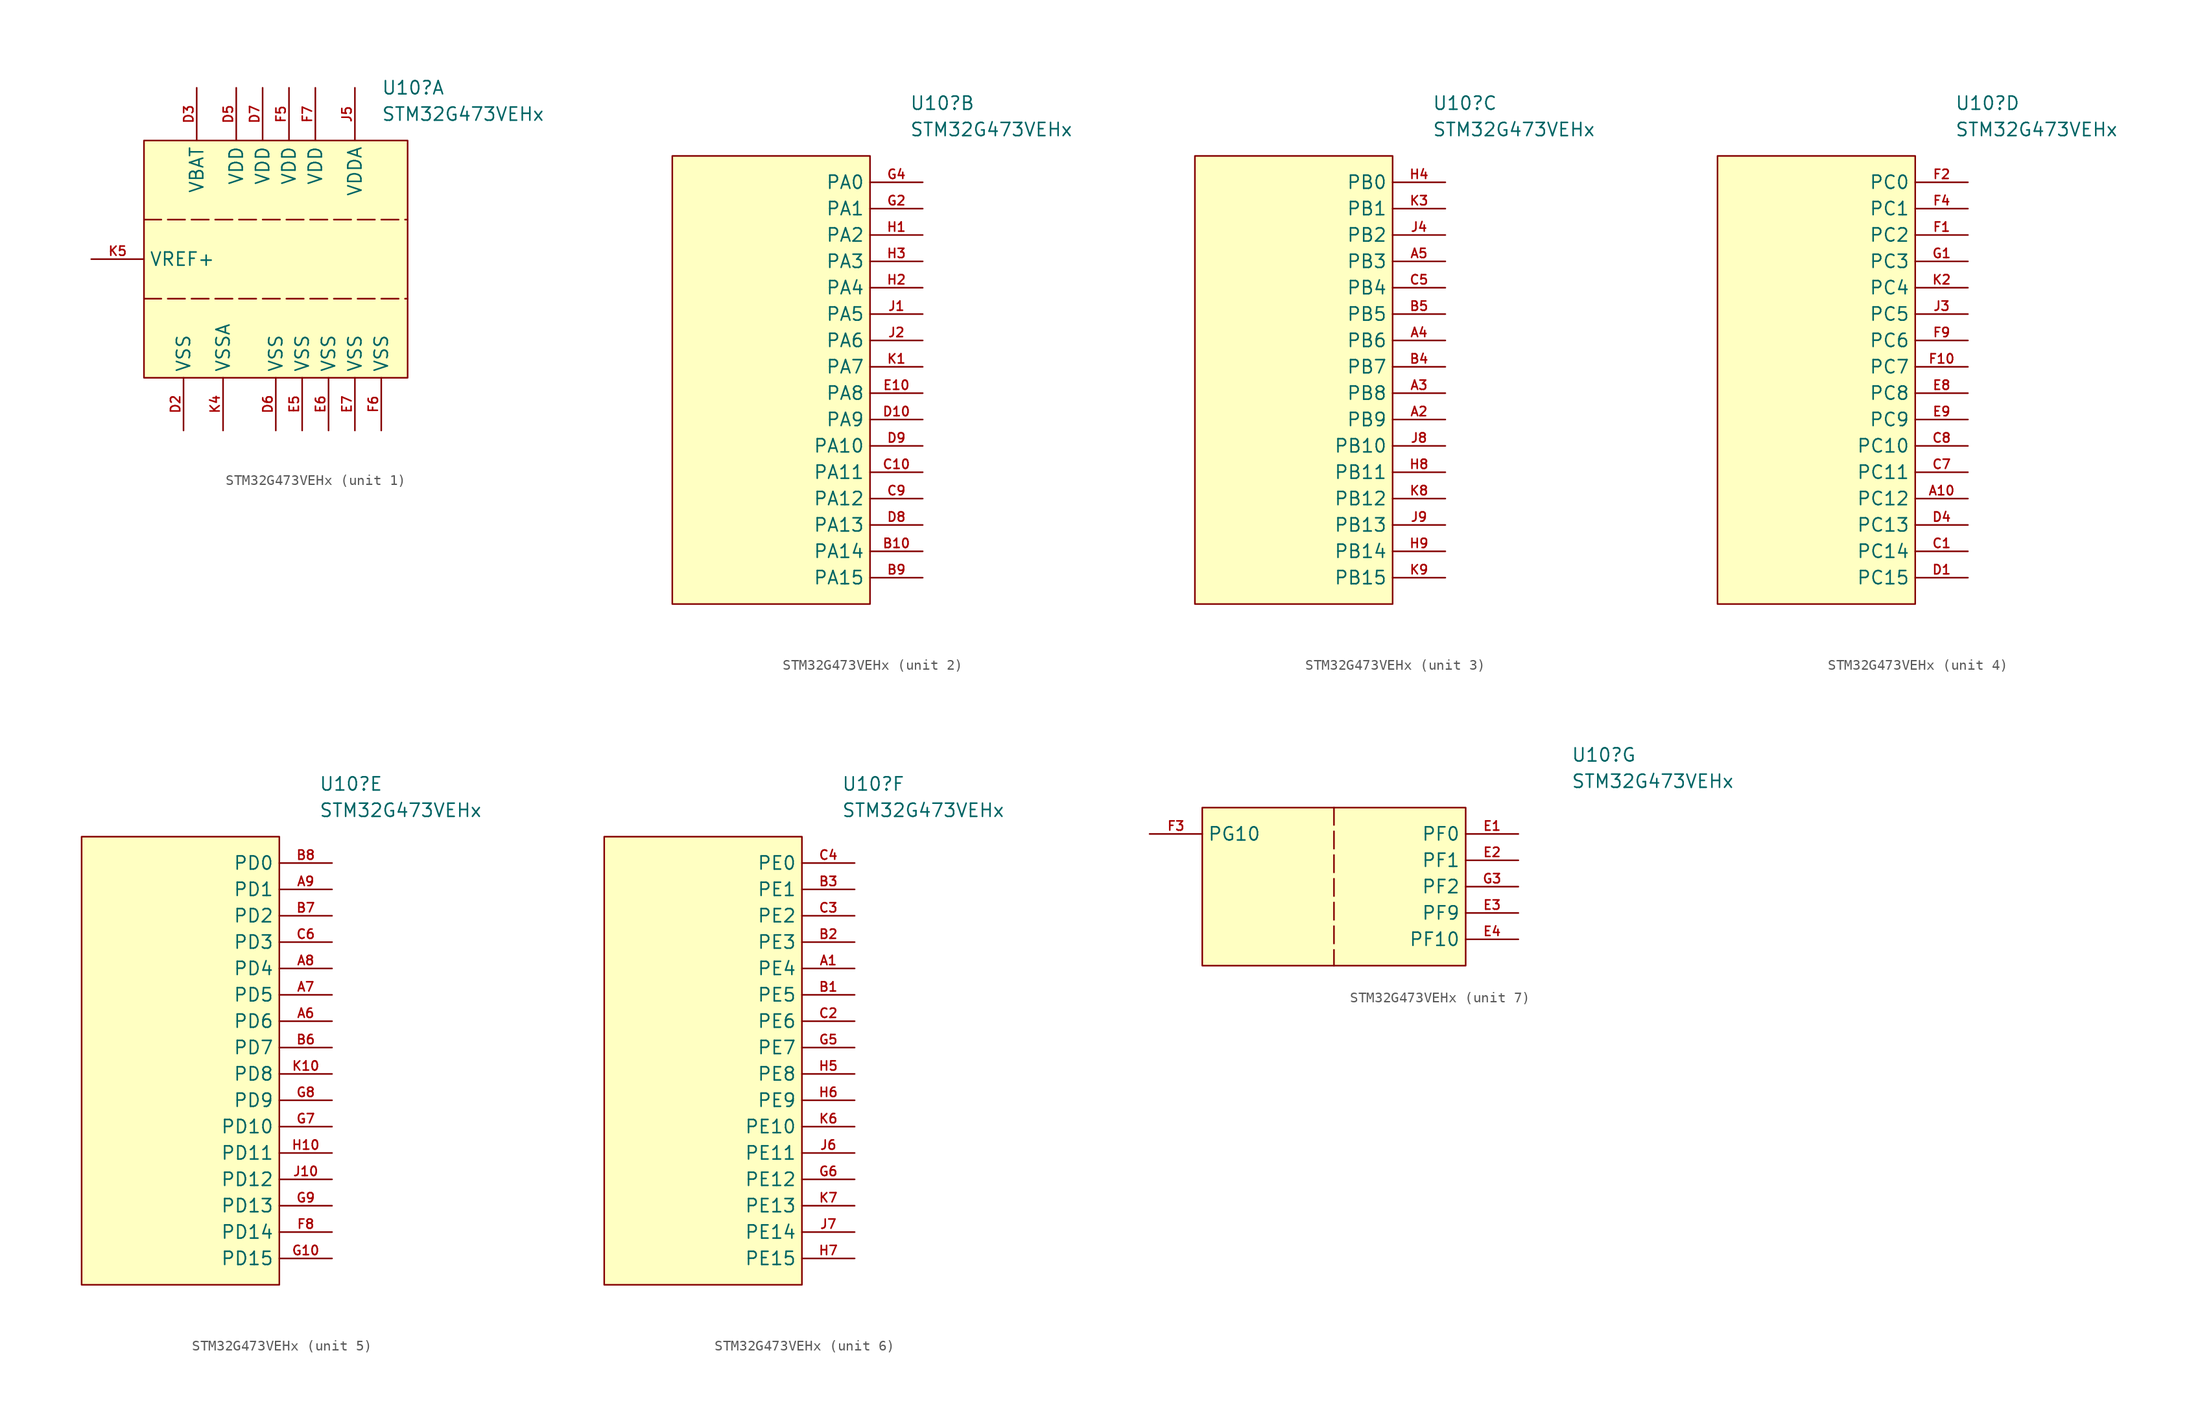
<source format=kicad_sym>
(kicad_symbol_lib
  (version 20241209)
  (generator "kicad_symbol_editor")
  (generator_version "9.0")
  (symbol "STM32G473VEHx"
    (property "Reference" "U10"
      (at 22.86 5.08 0)
      (effects (font (size 1.27 1.27)) (justify left)))
    (property "Value" "STM32G473VEHx"
      (at 22.86 2.54 0)
      (effects (font (size 1.27 1.27)) (justify left)))
    (property "ki_locked" ""
      (at 0 0 0)
      (effects (font (size 1.27 1.27))))
    (symbol "STM32G473VEHx_1_1"
      (rectangle (start 0 0) (end 25.4 -22.86) (stroke (width 0) (type solid)) (fill (type background)))
      (polyline (pts (xy 0 -7.62) (xy 25.4 -7.62)) (stroke (width 0) (type dash)) (fill (type none)))
      (polyline (pts (xy 0 -15.24) (xy 25.4 -15.24)) (stroke (width 0) (type dash)) (fill (type none)))
      (pin input line (at -5.08 -11.43 0) (length 5.08) (name "VREF+" (effects (font (size 1.27 1.27)))) (number "K5" (effects (font (size 0.889 0.889)))) (alternate "VREFBUF_OUT" bidirectional line))
      (pin power_in line (at 3.81 -27.94 90) (length 5.08) (name "VSS" (effects (font (size 1.27 1.27)))) (number "D2" (effects (font (size 0.889 0.889)))))
      (pin power_in line (at 5.08 5.08 270) (length 5.08) (name "VBAT" (effects (font (size 1.27 1.27)))) (number "D3" (effects (font (size 0.889 0.889)))))
      (pin power_in line (at 7.62 -27.94 90) (length 5.08) (name "VSSA" (effects (font (size 1.27 1.27)))) (number "K4" (effects (font (size 0.889 0.889)))))
      (pin power_in line (at 8.89 5.08 270) (length 5.08) (name "VDD" (effects (font (size 1.27 1.27)))) (number "D5" (effects (font (size 0.889 0.889)))))
      (pin power_in line (at 11.43 5.08 270) (length 5.08) (name "VDD" (effects (font (size 1.27 1.27)))) (number "D7" (effects (font (size 0.889 0.889)))))
      (pin power_in line (at 12.7 -27.94 90) (length 5.08) (name "VSS" (effects (font (size 1.27 1.27)))) (number "D6" (effects (font (size 0.889 0.889)))))
      (pin power_in line (at 13.97 5.08 270) (length 5.08) (name "VDD" (effects (font (size 1.27 1.27)))) (number "F5" (effects (font (size 0.889 0.889)))))
      (pin power_in line (at 15.24 -27.94 90) (length 5.08) (name "VSS" (effects (font (size 1.27 1.27)))) (number "E5" (effects (font (size 0.889 0.889)))))
      (pin power_in line (at 16.51 5.08 270) (length 5.08) (name "VDD" (effects (font (size 1.27 1.27)))) (number "F7" (effects (font (size 0.889 0.889)))))
      (pin power_in line (at 17.78 -27.94 90) (length 5.08) (name "VSS" (effects (font (size 1.27 1.27)))) (number "E6" (effects (font (size 0.889 0.889)))))
      (pin power_in line (at 20.32 5.08 270) (length 5.08) (name "VDDA" (effects (font (size 1.27 1.27)))) (number "J5" (effects (font (size 0.889 0.889)))))
      (pin power_in line (at 20.32 -27.94 90) (length 5.08) (name "VSS" (effects (font (size 1.27 1.27)))) (number "E7" (effects (font (size 0.889 0.889)))))
      (pin power_in line (at 22.86 -27.94 90) (length 5.08) (name "VSS" (effects (font (size 1.27 1.27)))) (number "F6" (effects (font (size 0.889 0.889))))))
    (symbol "STM32G473VEHx_2_1"
      (rectangle (start 0 0) (end 19.05 -43.18) (stroke (width 0) (type solid)) (fill (type background)))
      (pin bidirectional line (at 24.13 -2.54 180) (length 5.08) (name "PA0" (effects (font (size 1.27 1.27)))) (number "G4" (effects (font (size 0.889 0.889)))) (alternate "ADC1_IN1" bidirectional line) (alternate "ADC2_IN1" bidirectional line) (alternate "COMP1_INM" bidirectional line) (alternate "COMP1_OUT" bidirectional line) (alternate "COMP3_INP" bidirectional line) (alternate "RTC_TAMP2" bidirectional line) (alternate "SYS_WKUP1" bidirectional line) (alternate "TIM2_CH1" bidirectional line) (alternate "TIM2_ETR" bidirectional line) (alternate "TIM5_CH1" bidirectional line) (alternate "TIM8_BKIN" bidirectional line) (alternate "TIM8_ETR" bidirectional line) (alternate "USART2_CTS" bidirectional line) (alternate "USART2_NSS" bidirectional line))
      (pin bidirectional line (at 24.13 -5.08 180) (length 5.08) (name "PA1" (effects (font (size 1.27 1.27)))) (number "G2" (effects (font (size 0.889 0.889)))) (alternate "ADC1_IN2" bidirectional line) (alternate "ADC2_IN2" bidirectional line) (alternate "COMP1_INP" bidirectional line) (alternate "OPAMP1_VINP" bidirectional line) (alternate "OPAMP1_VINP_SEC" bidirectional line) (alternate "OPAMP3_VINP" bidirectional line) (alternate "OPAMP3_VINP_SEC" bidirectional line) (alternate "OPAMP6_VINM" bidirectional line) (alternate "OPAMP6_VINM0" bidirectional line) (alternate "OPAMP6_VINM_SEC" bidirectional line) (alternate "RTC_REFIN" bidirectional line) (alternate "TIM15_CH1N" bidirectional line) (alternate "TIM2_CH2" bidirectional line) (alternate "TIM5_CH2" bidirectional line) (alternate "USART2_DE" bidirectional line) (alternate "USART2_RTS" bidirectional line))
      (pin bidirectional line (at 24.13 -7.62 180) (length 5.08) (name "PA2" (effects (font (size 1.27 1.27)))) (number "H1" (effects (font (size 0.889 0.889)))) (alternate "ADC1_IN3" bidirectional line) (alternate "ADC3_EXTI2" bidirectional line) (alternate "ADC4_EXTI2" bidirectional line) (alternate "ADC5_EXTI2" bidirectional line) (alternate "COMP2_INM" bidirectional line) (alternate "COMP2_OUT" bidirectional line) (alternate "LPUART1_TX" bidirectional line) (alternate "OPAMP1_VOUT" bidirectional line) (alternate "QUADSPI1_BK1_NCS" bidirectional line) (alternate "RCC_LSCO" bidirectional line) (alternate "SYS_WKUP4" bidirectional line) (alternate "TIM15_CH1" bidirectional line) (alternate "TIM2_CH3" bidirectional line) (alternate "TIM5_CH3" bidirectional line) (alternate "UCPD1_FRSTX1" bidirectional line) (alternate "UCPD1_FRSTX2" bidirectional line) (alternate "USART2_TX" bidirectional line))
      (pin bidirectional line (at 24.13 -10.16 180) (length 5.08) (name "PA3" (effects (font (size 1.27 1.27)))) (number "H3" (effects (font (size 0.889 0.889)))) (alternate "ADC1_IN4" bidirectional line) (alternate "ADC3_EXTI3" bidirectional line) (alternate "ADC4_EXTI3" bidirectional line) (alternate "ADC5_EXTI3" bidirectional line) (alternate "COMP2_INP" bidirectional line) (alternate "LPUART1_RX" bidirectional line) (alternate "OPAMP1_VINM" bidirectional line) (alternate "OPAMP1_VINM0" bidirectional line) (alternate "OPAMP1_VINM_SEC" bidirectional line) (alternate "OPAMP1_VINP" bidirectional line) (alternate "OPAMP1_VINP_SEC" bidirectional line) (alternate "OPAMP5_VINM" bidirectional line) (alternate "OPAMP5_VINM1" bidirectional line) (alternate "OPAMP5_VINM_SEC" bidirectional line) (alternate "QUADSPI1_CLK" bidirectional line) (alternate "SAI1_CK1" bidirectional line) (alternate "SAI1_MCLK_A" bidirectional line) (alternate "TIM15_CH2" bidirectional line) (alternate "TIM2_CH4" bidirectional line) (alternate "TIM5_CH4" bidirectional line) (alternate "USART2_RX" bidirectional line))
      (pin bidirectional line (at 24.13 -12.7 180) (length 5.08) (name "PA4" (effects (font (size 1.27 1.27)))) (number "H2" (effects (font (size 0.889 0.889)))) (alternate "ADC2_IN17" bidirectional line) (alternate "COMP1_INM" bidirectional line) (alternate "DAC1_OUT1" bidirectional line) (alternate "I2S3_WS" bidirectional line) (alternate "SAI1_FS_B" bidirectional line) (alternate "SPI1_NSS" bidirectional line) (alternate "SPI3_NSS" bidirectional line) (alternate "TIM3_CH2" bidirectional line) (alternate "USART2_CK" bidirectional line))
      (pin bidirectional line (at 24.13 -15.24 180) (length 5.08) (name "PA5" (effects (font (size 1.27 1.27)))) (number "J1" (effects (font (size 0.889 0.889)))) (alternate "ADC2_IN13" bidirectional line) (alternate "COMP2_INM" bidirectional line) (alternate "DAC1_OUT2" bidirectional line) (alternate "OPAMP2_VINM" bidirectional line) (alternate "OPAMP2_VINM0" bidirectional line) (alternate "OPAMP2_VINM_SEC" bidirectional line) (alternate "SPI1_SCK" bidirectional line) (alternate "TIM2_CH1" bidirectional line) (alternate "TIM2_ETR" bidirectional line) (alternate "UCPD1_FRSTX1" bidirectional line) (alternate "UCPD1_FRSTX2" bidirectional line))
      (pin bidirectional line (at 24.13 -17.78 180) (length 5.08) (name "PA6" (effects (font (size 1.27 1.27)))) (number "J2" (effects (font (size 0.889 0.889)))) (alternate "ADC2_IN3" bidirectional line) (alternate "COMP1_OUT" bidirectional line) (alternate "DAC2_OUT1" bidirectional line) (alternate "LPUART1_CTS" bidirectional line) (alternate "OPAMP2_VOUT" bidirectional line) (alternate "QUADSPI1_BK1_IO3" bidirectional line) (alternate "SPI1_MISO" bidirectional line) (alternate "TIM16_CH1" bidirectional line) (alternate "TIM1_BKIN" bidirectional line) (alternate "TIM3_CH1" bidirectional line) (alternate "TIM8_BKIN" bidirectional line))
      (pin bidirectional line (at 24.13 -20.32 180) (length 5.08) (name "PA7" (effects (font (size 1.27 1.27)))) (number "K1" (effects (font (size 0.889 0.889)))) (alternate "ADC2_IN4" bidirectional line) (alternate "COMP2_INP" bidirectional line) (alternate "COMP2_OUT" bidirectional line) (alternate "OPAMP1_VINP" bidirectional line) (alternate "OPAMP1_VINP_SEC" bidirectional line) (alternate "OPAMP2_VINP" bidirectional line) (alternate "OPAMP2_VINP_SEC" bidirectional line) (alternate "QUADSPI1_BK1_IO2" bidirectional line) (alternate "SPI1_MOSI" bidirectional line) (alternate "TIM17_CH1" bidirectional line) (alternate "TIM1_CH1N" bidirectional line) (alternate "TIM3_CH2" bidirectional line) (alternate "TIM8_CH1N" bidirectional line) (alternate "UCPD1_FRSTX1" bidirectional line) (alternate "UCPD1_FRSTX2" bidirectional line))
      (pin bidirectional line (at 24.13 -22.86 180) (length 5.08) (name "PA8" (effects (font (size 1.27 1.27)))) (number "E10" (effects (font (size 0.889 0.889)))) (alternate "ADC5_IN1" bidirectional line) (alternate "COMP7_OUT" bidirectional line) (alternate "FDCAN3_RX" bidirectional line) (alternate "I2C2_SMBA" bidirectional line) (alternate "I2C3_SCL" bidirectional line) (alternate "I2S2_MCK" bidirectional line) (alternate "OPAMP5_VOUT" bidirectional line) (alternate "RCC_MCO" bidirectional line) (alternate "SAI1_CK2" bidirectional line) (alternate "SAI1_SCK_A" bidirectional line) (alternate "TIM1_CH1" bidirectional line) (alternate "TIM4_ETR" bidirectional line) (alternate "USART1_CK" bidirectional line))
      (pin bidirectional line (at 24.13 -25.4 180) (length 5.08) (name "PA9" (effects (font (size 1.27 1.27)))) (number "D10" (effects (font (size 0.889 0.889)))) (alternate "ADC5_IN2" bidirectional line) (alternate "COMP5_OUT" bidirectional line) (alternate "DAC1_EXTI9" bidirectional line) (alternate "DAC2_EXTI9" bidirectional line) (alternate "DAC3_EXTI9" bidirectional line) (alternate "DAC4_EXTI9" bidirectional line) (alternate "I2C2_SCL" bidirectional line) (alternate "I2C3_SMBA" bidirectional line) (alternate "I2S3_MCK" bidirectional line) (alternate "SAI1_FS_A" bidirectional line) (alternate "TIM15_BKIN" bidirectional line) (alternate "TIM1_CH2" bidirectional line) (alternate "TIM2_CH3" bidirectional line) (alternate "UCPD1_DBCC1" bidirectional line) (alternate "USART1_TX" bidirectional line))
      (pin bidirectional line (at 24.13 -27.94 180) (length 5.08) (name "PA10" (effects (font (size 1.27 1.27)))) (number "D9" (effects (font (size 0.889 0.889)))) (alternate "COMP6_OUT" bidirectional line) (alternate "CRS_SYNC" bidirectional line) (alternate "DAC1_EXTI10" bidirectional line) (alternate "DAC2_EXTI10" bidirectional line) (alternate "DAC3_EXTI10" bidirectional line) (alternate "DAC4_EXTI10" bidirectional line) (alternate "I2C2_SDA" bidirectional line) (alternate "SAI1_D1" bidirectional line) (alternate "SAI1_SD_A" bidirectional line) (alternate "SPI2_MISO" bidirectional line) (alternate "TIM17_BKIN" bidirectional line) (alternate "TIM1_CH3" bidirectional line) (alternate "TIM2_CH4" bidirectional line) (alternate "TIM8_BKIN" bidirectional line) (alternate "UCPD1_DBCC2" bidirectional line) (alternate "USART1_RX" bidirectional line))
      (pin bidirectional line (at 24.13 -30.48 180) (length 5.08) (name "PA11" (effects (font (size 1.27 1.27)))) (number "C10" (effects (font (size 0.889 0.889)))) (alternate "ADC1_EXTI11" bidirectional line) (alternate "ADC2_EXTI11" bidirectional line) (alternate "COMP1_OUT" bidirectional line) (alternate "FDCAN1_RX" bidirectional line) (alternate "I2S2_SD" bidirectional line) (alternate "SPI2_MOSI" bidirectional line) (alternate "TIM1_BKIN2" bidirectional line) (alternate "TIM1_CH1N" bidirectional line) (alternate "TIM1_CH4" bidirectional line) (alternate "TIM4_CH1" bidirectional line) (alternate "USART1_CTS" bidirectional line) (alternate "USART1_NSS" bidirectional line) (alternate "USB_DM" bidirectional line))
      (pin bidirectional line (at 24.13 -33.02 180) (length 5.08) (name "PA12" (effects (font (size 1.27 1.27)))) (number "C9" (effects (font (size 0.889 0.889)))) (alternate "COMP2_OUT" bidirectional line) (alternate "FDCAN1_TX" bidirectional line) (alternate "I2S_CKIN" bidirectional line) (alternate "TIM16_CH1" bidirectional line) (alternate "TIM1_CH2N" bidirectional line) (alternate "TIM1_ETR" bidirectional line) (alternate "TIM4_CH2" bidirectional line) (alternate "USART1_DE" bidirectional line) (alternate "USART1_RTS" bidirectional line) (alternate "USB_DP" bidirectional line))
      (pin bidirectional line (at 24.13 -35.56 180) (length 5.08) (name "PA13" (effects (font (size 1.27 1.27)))) (number "D8" (effects (font (size 0.889 0.889)))) (alternate "I2C1_SCL" bidirectional line) (alternate "I2C4_SCL" bidirectional line) (alternate "IR_OUT" bidirectional line) (alternate "SAI1_SD_B" bidirectional line) (alternate "SYS_JTMS-SWDIO" bidirectional line) (alternate "TIM16_CH1N" bidirectional line) (alternate "TIM4_CH3" bidirectional line) (alternate "USART3_CTS" bidirectional line) (alternate "USART3_NSS" bidirectional line))
      (pin bidirectional line (at 24.13 -38.1 180) (length 5.08) (name "PA14" (effects (font (size 1.27 1.27)))) (number "B10" (effects (font (size 0.889 0.889)))) (alternate "I2C1_SDA" bidirectional line) (alternate "I2C4_SMBA" bidirectional line) (alternate "LPTIM1_OUT" bidirectional line) (alternate "SAI1_FS_B" bidirectional line) (alternate "SYS_JTCK-SWCLK" bidirectional line) (alternate "TIM1_BKIN" bidirectional line) (alternate "TIM8_CH2" bidirectional line) (alternate "USART2_TX" bidirectional line))
      (pin bidirectional line (at 24.13 -40.64 180) (length 5.08) (name "PA15" (effects (font (size 1.27 1.27)))) (number "B9" (effects (font (size 0.889 0.889)))) (alternate "ADC1_EXTI15" bidirectional line) (alternate "ADC2_EXTI15" bidirectional line) (alternate "FDCAN3_TX" bidirectional line) (alternate "I2C1_SCL" bidirectional line) (alternate "I2S3_WS" bidirectional line) (alternate "SPI1_NSS" bidirectional line) (alternate "SPI3_NSS" bidirectional line) (alternate "SYS_JTDI" bidirectional line) (alternate "TIM1_BKIN" bidirectional line) (alternate "TIM2_CH1" bidirectional line) (alternate "TIM2_ETR" bidirectional line) (alternate "TIM8_CH1" bidirectional line) (alternate "UART4_DE" bidirectional line) (alternate "UART4_RTS" bidirectional line) (alternate "USART2_RX" bidirectional line)))
    (symbol "STM32G473VEHx_3_1"
      (rectangle (start 0 0) (end 19.05 -43.18) (stroke (width 0) (type solid)) (fill (type background)))
      (pin bidirectional line (at 24.13 -2.54 180) (length 5.08) (name "PB0" (effects (font (size 1.27 1.27)))) (number "H4" (effects (font (size 0.889 0.889)))) (alternate "ADC1_IN15" bidirectional line) (alternate "ADC3_IN12" bidirectional line) (alternate "COMP4_INP" bidirectional line) (alternate "OPAMP2_VINP" bidirectional line) (alternate "OPAMP2_VINP_SEC" bidirectional line) (alternate "OPAMP3_VINP" bidirectional line) (alternate "OPAMP3_VINP_SEC" bidirectional line) (alternate "QUADSPI1_BK1_IO1" bidirectional line) (alternate "TIM1_CH2N" bidirectional line) (alternate "TIM3_CH3" bidirectional line) (alternate "TIM8_CH2N" bidirectional line) (alternate "UCPD1_FRSTX1" bidirectional line) (alternate "UCPD1_FRSTX2" bidirectional line))
      (pin bidirectional line (at 24.13 -5.08 180) (length 5.08) (name "PB1" (effects (font (size 1.27 1.27)))) (number "K3" (effects (font (size 0.889 0.889)))) (alternate "ADC1_IN12" bidirectional line) (alternate "ADC3_IN1" bidirectional line) (alternate "COMP1_INP" bidirectional line) (alternate "COMP4_OUT" bidirectional line) (alternate "LPUART1_DE" bidirectional line) (alternate "LPUART1_RTS" bidirectional line) (alternate "OPAMP3_VOUT" bidirectional line) (alternate "OPAMP6_VINM" bidirectional line) (alternate "OPAMP6_VINM1" bidirectional line) (alternate "OPAMP6_VINM_SEC" bidirectional line) (alternate "QUADSPI1_BK1_IO0" bidirectional line) (alternate "TIM1_CH3N" bidirectional line) (alternate "TIM3_CH4" bidirectional line) (alternate "TIM8_CH3N" bidirectional line))
      (pin bidirectional line (at 24.13 -7.62 180) (length 5.08) (name "PB2" (effects (font (size 1.27 1.27)))) (number "J4" (effects (font (size 0.889 0.889)))) (alternate "ADC2_IN12" bidirectional line) (alternate "ADC3_EXTI2" bidirectional line) (alternate "ADC4_EXTI2" bidirectional line) (alternate "ADC5_EXTI2" bidirectional line) (alternate "COMP4_INM" bidirectional line) (alternate "I2C3_SMBA" bidirectional line) (alternate "LPTIM1_OUT" bidirectional line) (alternate "OPAMP3_VINM" bidirectional line) (alternate "OPAMP3_VINM0" bidirectional line) (alternate "OPAMP3_VINM_SEC" bidirectional line) (alternate "QUADSPI1_BK2_IO1" bidirectional line) (alternate "RTC_OUT2" bidirectional line) (alternate "TIM20_CH1" bidirectional line) (alternate "TIM5_CH1" bidirectional line))
      (pin bidirectional line (at 24.13 -10.16 180) (length 5.08) (name "PB3" (effects (font (size 1.27 1.27)))) (number "A5" (effects (font (size 0.889 0.889)))) (alternate "ADC3_EXTI3" bidirectional line) (alternate "ADC4_EXTI3" bidirectional line) (alternate "ADC5_EXTI3" bidirectional line) (alternate "CRS_SYNC" bidirectional line) (alternate "FDCAN3_RX" bidirectional line) (alternate "I2S3_CK" bidirectional line) (alternate "SAI1_SCK_B" bidirectional line) (alternate "SPI1_SCK" bidirectional line) (alternate "SPI3_SCK" bidirectional line) (alternate "SYS_JTDO-SWO" bidirectional line) (alternate "TIM2_CH2" bidirectional line) (alternate "TIM3_ETR" bidirectional line) (alternate "TIM4_ETR" bidirectional line) (alternate "TIM8_CH1N" bidirectional line) (alternate "USART2_TX" bidirectional line))
      (pin bidirectional line (at 24.13 -12.7 180) (length 5.08) (name "PB4" (effects (font (size 1.27 1.27)))) (number "C5" (effects (font (size 0.889 0.889)))) (alternate "FDCAN3_TX" bidirectional line) (alternate "SAI1_MCLK_B" bidirectional line) (alternate "SPI1_MISO" bidirectional line) (alternate "SPI3_MISO" bidirectional line) (alternate "SYS_JTRST" bidirectional line) (alternate "TIM16_CH1" bidirectional line) (alternate "TIM17_BKIN" bidirectional line) (alternate "TIM3_CH1" bidirectional line) (alternate "TIM8_CH2N" bidirectional line) (alternate "UART5_DE" bidirectional line) (alternate "UART5_RTS" bidirectional line) (alternate "UCPD1_CC2" bidirectional line) (alternate "USART2_RX" bidirectional line))
      (pin bidirectional line (at 24.13 -15.24 180) (length 5.08) (name "PB5" (effects (font (size 1.27 1.27)))) (number "B5" (effects (font (size 0.889 0.889)))) (alternate "FDCAN2_RX" bidirectional line) (alternate "I2C1_SMBA" bidirectional line) (alternate "I2C3_SDA" bidirectional line) (alternate "I2S3_SD" bidirectional line) (alternate "LPTIM1_IN1" bidirectional line) (alternate "SAI1_SD_B" bidirectional line) (alternate "SPI1_MOSI" bidirectional line) (alternate "SPI3_MOSI" bidirectional line) (alternate "TIM16_BKIN" bidirectional line) (alternate "TIM17_CH1" bidirectional line) (alternate "TIM3_CH2" bidirectional line) (alternate "TIM8_CH3N" bidirectional line) (alternate "UART5_CTS" bidirectional line) (alternate "USART2_CK" bidirectional line))
      (pin bidirectional line (at 24.13 -17.78 180) (length 5.08) (name "PB6" (effects (font (size 1.27 1.27)))) (number "A4" (effects (font (size 0.889 0.889)))) (alternate "COMP4_OUT" bidirectional line) (alternate "FDCAN2_TX" bidirectional line) (alternate "LPTIM1_ETR" bidirectional line) (alternate "SAI1_FS_B" bidirectional line) (alternate "TIM16_CH1N" bidirectional line) (alternate "TIM4_CH1" bidirectional line) (alternate "TIM8_BKIN2" bidirectional line) (alternate "TIM8_CH1" bidirectional line) (alternate "TIM8_ETR" bidirectional line) (alternate "UCPD1_CC1" bidirectional line) (alternate "USART1_TX" bidirectional line))
      (pin bidirectional line (at 24.13 -20.32 180) (length 5.08) (name "PB7" (effects (font (size 1.27 1.27)))) (number "B4" (effects (font (size 0.889 0.889)))) (alternate "COMP3_OUT" bidirectional line) (alternate "FMC_NL" bidirectional line) (alternate "I2C1_SDA" bidirectional line) (alternate "I2C4_SDA" bidirectional line) (alternate "LPTIM1_IN2" bidirectional line) (alternate "SYS_PVD_IN" bidirectional line) (alternate "TIM17_CH1N" bidirectional line) (alternate "TIM3_CH4" bidirectional line) (alternate "TIM4_CH2" bidirectional line) (alternate "TIM8_BKIN" bidirectional line) (alternate "UART4_CTS" bidirectional line) (alternate "USART1_RX" bidirectional line))
      (pin bidirectional line (at 24.13 -22.86 180) (length 5.08) (name "PB8" (effects (font (size 1.27 1.27)))) (number "A3" (effects (font (size 0.889 0.889)))) (alternate "COMP1_OUT" bidirectional line) (alternate "FDCAN1_RX" bidirectional line) (alternate "I2C1_SCL" bidirectional line) (alternate "SAI1_CK1" bidirectional line) (alternate "SAI1_MCLK_A" bidirectional line) (alternate "TIM16_CH1" bidirectional line) (alternate "TIM1_BKIN" bidirectional line) (alternate "TIM4_CH3" bidirectional line) (alternate "TIM8_CH2" bidirectional line) (alternate "USART3_RX" bidirectional line))
      (pin bidirectional line (at 24.13 -25.4 180) (length 5.08) (name "PB9" (effects (font (size 1.27 1.27)))) (number "A2" (effects (font (size 0.889 0.889)))) (alternate "COMP2_OUT" bidirectional line) (alternate "DAC1_EXTI9" bidirectional line) (alternate "DAC2_EXTI9" bidirectional line) (alternate "DAC3_EXTI9" bidirectional line) (alternate "DAC4_EXTI9" bidirectional line) (alternate "FDCAN1_TX" bidirectional line) (alternate "I2C1_SDA" bidirectional line) (alternate "IR_OUT" bidirectional line) (alternate "SAI1_D2" bidirectional line) (alternate "SAI1_FS_A" bidirectional line) (alternate "TIM17_CH1" bidirectional line) (alternate "TIM1_CH3N" bidirectional line) (alternate "TIM4_CH4" bidirectional line) (alternate "TIM8_CH3" bidirectional line) (alternate "USART3_TX" bidirectional line))
      (pin bidirectional line (at 24.13 -27.94 180) (length 5.08) (name "PB10" (effects (font (size 1.27 1.27)))) (number "J8" (effects (font (size 0.889 0.889)))) (alternate "COMP5_INM" bidirectional line) (alternate "DAC1_EXTI10" bidirectional line) (alternate "DAC2_EXTI10" bidirectional line) (alternate "DAC3_EXTI10" bidirectional line) (alternate "DAC4_EXTI10" bidirectional line) (alternate "LPUART1_RX" bidirectional line) (alternate "OPAMP3_VINM" bidirectional line) (alternate "OPAMP3_VINM1" bidirectional line) (alternate "OPAMP3_VINM_SEC" bidirectional line) (alternate "OPAMP4_VINM" bidirectional line) (alternate "OPAMP4_VINM0" bidirectional line) (alternate "OPAMP4_VINM_SEC" bidirectional line) (alternate "QUADSPI1_CLK" bidirectional line) (alternate "SAI1_SCK_A" bidirectional line) (alternate "TIM1_BKIN" bidirectional line) (alternate "TIM2_CH3" bidirectional line) (alternate "USART3_TX" bidirectional line))
      (pin bidirectional line (at 24.13 -30.48 180) (length 5.08) (name "PB11" (effects (font (size 1.27 1.27)))) (number "H8" (effects (font (size 0.889 0.889)))) (alternate "ADC1_EXTI11" bidirectional line) (alternate "ADC1_IN14" bidirectional line) (alternate "ADC2_EXTI11" bidirectional line) (alternate "ADC2_IN14" bidirectional line) (alternate "COMP6_INP" bidirectional line) (alternate "LPUART1_TX" bidirectional line) (alternate "OPAMP4_VINP" bidirectional line) (alternate "OPAMP4_VINP_SEC" bidirectional line) (alternate "OPAMP6_VOUT" bidirectional line) (alternate "QUADSPI1_BK1_NCS" bidirectional line) (alternate "TIM2_CH4" bidirectional line) (alternate "USART3_RX" bidirectional line))
      (pin bidirectional line (at 24.13 -33.02 180) (length 5.08) (name "PB12" (effects (font (size 1.27 1.27)))) (number "K8" (effects (font (size 0.889 0.889)))) (alternate "ADC1_IN11" bidirectional line) (alternate "ADC4_IN3" bidirectional line) (alternate "COMP7_INM" bidirectional line) (alternate "FDCAN2_RX" bidirectional line) (alternate "I2C2_SMBA" bidirectional line) (alternate "I2S2_WS" bidirectional line) (alternate "LPUART1_DE" bidirectional line) (alternate "LPUART1_RTS" bidirectional line) (alternate "OPAMP4_VOUT" bidirectional line) (alternate "OPAMP6_VINP" bidirectional line) (alternate "OPAMP6_VINP_SEC" bidirectional line) (alternate "SPI2_NSS" bidirectional line) (alternate "TIM1_BKIN" bidirectional line) (alternate "TIM5_ETR" bidirectional line) (alternate "USART3_CK" bidirectional line))
      (pin bidirectional line (at 24.13 -35.56 180) (length 5.08) (name "PB13" (effects (font (size 1.27 1.27)))) (number "J9" (effects (font (size 0.889 0.889)))) (alternate "ADC3_IN5" bidirectional line) (alternate "COMP5_INP" bidirectional line) (alternate "FDCAN2_TX" bidirectional line) (alternate "I2S2_CK" bidirectional line) (alternate "LPUART1_CTS" bidirectional line) (alternate "OPAMP3_VINP" bidirectional line) (alternate "OPAMP3_VINP_SEC" bidirectional line) (alternate "OPAMP4_VINP" bidirectional line) (alternate "OPAMP4_VINP_SEC" bidirectional line) (alternate "OPAMP6_VINP" bidirectional line) (alternate "OPAMP6_VINP_SEC" bidirectional line) (alternate "SPI2_SCK" bidirectional line) (alternate "TIM1_CH1N" bidirectional line) (alternate "USART3_CTS" bidirectional line) (alternate "USART3_NSS" bidirectional line))
      (pin bidirectional line (at 24.13 -38.1 180) (length 5.08) (name "PB14" (effects (font (size 1.27 1.27)))) (number "H9" (effects (font (size 0.889 0.889)))) (alternate "ADC1_IN5" bidirectional line) (alternate "ADC4_IN4" bidirectional line) (alternate "COMP4_OUT" bidirectional line) (alternate "COMP7_INP" bidirectional line) (alternate "OPAMP2_VINP" bidirectional line) (alternate "OPAMP2_VINP_SEC" bidirectional line) (alternate "OPAMP5_VINP" bidirectional line) (alternate "OPAMP5_VINP_SEC" bidirectional line) (alternate "SPI2_MISO" bidirectional line) (alternate "TIM15_CH1" bidirectional line) (alternate "TIM1_CH2N" bidirectional line) (alternate "USART3_DE" bidirectional line) (alternate "USART3_RTS" bidirectional line))
      (pin bidirectional line (at 24.13 -40.64 180) (length 5.08) (name "PB15" (effects (font (size 1.27 1.27)))) (number "K9" (effects (font (size 0.889 0.889)))) (alternate "ADC1_EXTI15" bidirectional line) (alternate "ADC2_EXTI15" bidirectional line) (alternate "ADC2_IN15" bidirectional line) (alternate "ADC4_IN5" bidirectional line) (alternate "COMP3_OUT" bidirectional line) (alternate "COMP6_INM" bidirectional line) (alternate "I2S2_SD" bidirectional line) (alternate "OPAMP5_VINM" bidirectional line) (alternate "OPAMP5_VINM0" bidirectional line) (alternate "OPAMP5_VINM_SEC" bidirectional line) (alternate "RTC_REFIN" bidirectional line) (alternate "SPI2_MOSI" bidirectional line) (alternate "TIM15_CH1N" bidirectional line) (alternate "TIM15_CH2" bidirectional line) (alternate "TIM1_CH3N" bidirectional line)))
    (symbol "STM32G473VEHx_4_1"
      (rectangle (start 0 0) (end 19.05 -43.18) (stroke (width 0) (type solid)) (fill (type background)))
      (pin bidirectional line (at 24.13 -2.54 180) (length 5.08) (name "PC0" (effects (font (size 1.27 1.27)))) (number "F2" (effects (font (size 0.889 0.889)))) (alternate "ADC1_IN6" bidirectional line) (alternate "ADC2_IN6" bidirectional line) (alternate "COMP3_INM" bidirectional line) (alternate "LPTIM1_IN1" bidirectional line) (alternate "LPUART1_RX" bidirectional line) (alternate "TIM1_CH1" bidirectional line))
      (pin bidirectional line (at 24.13 -5.08 180) (length 5.08) (name "PC1" (effects (font (size 1.27 1.27)))) (number "F4" (effects (font (size 0.889 0.889)))) (alternate "ADC1_IN7" bidirectional line) (alternate "ADC2_IN7" bidirectional line) (alternate "COMP3_INP" bidirectional line) (alternate "LPTIM1_OUT" bidirectional line) (alternate "LPUART1_TX" bidirectional line) (alternate "QUADSPI1_BK2_IO0" bidirectional line) (alternate "SAI1_SD_A" bidirectional line) (alternate "TIM1_CH2" bidirectional line))
      (pin bidirectional line (at 24.13 -7.62 180) (length 5.08) (name "PC2" (effects (font (size 1.27 1.27)))) (number "F1" (effects (font (size 0.889 0.889)))) (alternate "ADC1_IN8" bidirectional line) (alternate "ADC2_IN8" bidirectional line) (alternate "ADC3_EXTI2" bidirectional line) (alternate "ADC4_EXTI2" bidirectional line) (alternate "ADC5_EXTI2" bidirectional line) (alternate "COMP3_OUT" bidirectional line) (alternate "LPTIM1_IN2" bidirectional line) (alternate "QUADSPI1_BK2_IO1" bidirectional line) (alternate "TIM1_CH3" bidirectional line) (alternate "TIM20_CH2" bidirectional line))
      (pin bidirectional line (at 24.13 -10.16 180) (length 5.08) (name "PC3" (effects (font (size 1.27 1.27)))) (number "G1" (effects (font (size 0.889 0.889)))) (alternate "ADC1_IN9" bidirectional line) (alternate "ADC2_IN9" bidirectional line) (alternate "ADC3_EXTI3" bidirectional line) (alternate "ADC4_EXTI3" bidirectional line) (alternate "ADC5_EXTI3" bidirectional line) (alternate "LPTIM1_ETR" bidirectional line) (alternate "OPAMP5_VINP" bidirectional line) (alternate "OPAMP5_VINP_SEC" bidirectional line) (alternate "QUADSPI1_BK2_IO2" bidirectional line) (alternate "SAI1_D1" bidirectional line) (alternate "SAI1_SD_A" bidirectional line) (alternate "TIM1_BKIN2" bidirectional line) (alternate "TIM1_CH4" bidirectional line))
      (pin bidirectional line (at 24.13 -12.7 180) (length 5.08) (name "PC4" (effects (font (size 1.27 1.27)))) (number "K2" (effects (font (size 0.889 0.889)))) (alternate "ADC2_IN5" bidirectional line) (alternate "I2C2_SCL" bidirectional line) (alternate "QUADSPI1_BK2_IO3" bidirectional line) (alternate "TIM1_ETR" bidirectional line) (alternate "USART1_TX" bidirectional line))
      (pin bidirectional line (at 24.13 -15.24 180) (length 5.08) (name "PC5" (effects (font (size 1.27 1.27)))) (number "J3" (effects (font (size 0.889 0.889)))) (alternate "ADC2_IN11" bidirectional line) (alternate "OPAMP1_VINM" bidirectional line) (alternate "OPAMP1_VINM1" bidirectional line) (alternate "OPAMP1_VINM_SEC" bidirectional line) (alternate "OPAMP2_VINM" bidirectional line) (alternate "OPAMP2_VINM1" bidirectional line) (alternate "OPAMP2_VINM_SEC" bidirectional line) (alternate "SAI1_D3" bidirectional line) (alternate "SYS_WKUP5" bidirectional line) (alternate "TIM15_BKIN" bidirectional line) (alternate "TIM1_CH4N" bidirectional line) (alternate "USART1_RX" bidirectional line))
      (pin bidirectional line (at 24.13 -17.78 180) (length 5.08) (name "PC6" (effects (font (size 1.27 1.27)))) (number "F9" (effects (font (size 0.889 0.889)))) (alternate "COMP6_OUT" bidirectional line) (alternate "I2C4_SCL" bidirectional line) (alternate "I2S2_MCK" bidirectional line) (alternate "TIM3_CH1" bidirectional line) (alternate "TIM8_CH1" bidirectional line))
      (pin bidirectional line (at 24.13 -20.32 180) (length 5.08) (name "PC7" (effects (font (size 1.27 1.27)))) (number "F10" (effects (font (size 0.889 0.889)))) (alternate "COMP5_OUT" bidirectional line) (alternate "I2C4_SDA" bidirectional line) (alternate "I2S3_MCK" bidirectional line) (alternate "TIM3_CH2" bidirectional line) (alternate "TIM8_CH2" bidirectional line))
      (pin bidirectional line (at 24.13 -22.86 180) (length 5.08) (name "PC8" (effects (font (size 1.27 1.27)))) (number "E8" (effects (font (size 0.889 0.889)))) (alternate "COMP7_OUT" bidirectional line) (alternate "I2C3_SCL" bidirectional line) (alternate "TIM20_CH3" bidirectional line) (alternate "TIM3_CH3" bidirectional line) (alternate "TIM8_CH3" bidirectional line))
      (pin bidirectional line (at 24.13 -25.4 180) (length 5.08) (name "PC9" (effects (font (size 1.27 1.27)))) (number "E9" (effects (font (size 0.889 0.889)))) (alternate "DAC1_EXTI9" bidirectional line) (alternate "DAC2_EXTI9" bidirectional line) (alternate "DAC3_EXTI9" bidirectional line) (alternate "DAC4_EXTI9" bidirectional line) (alternate "I2C3_SDA" bidirectional line) (alternate "I2S_CKIN" bidirectional line) (alternate "TIM3_CH4" bidirectional line) (alternate "TIM8_BKIN2" bidirectional line) (alternate "TIM8_CH4" bidirectional line))
      (pin bidirectional line (at 24.13 -27.94 180) (length 5.08) (name "PC10" (effects (font (size 1.27 1.27)))) (number "C8" (effects (font (size 0.889 0.889)))) (alternate "DAC1_EXTI10" bidirectional line) (alternate "DAC2_EXTI10" bidirectional line) (alternate "DAC3_EXTI10" bidirectional line) (alternate "DAC4_EXTI10" bidirectional line) (alternate "I2S3_CK" bidirectional line) (alternate "SPI3_SCK" bidirectional line) (alternate "TIM8_CH1N" bidirectional line) (alternate "UART4_TX" bidirectional line) (alternate "USART3_TX" bidirectional line))
      (pin bidirectional line (at 24.13 -30.48 180) (length 5.08) (name "PC11" (effects (font (size 1.27 1.27)))) (number "C7" (effects (font (size 0.889 0.889)))) (alternate "ADC1_EXTI11" bidirectional line) (alternate "ADC2_EXTI11" bidirectional line) (alternate "I2C3_SDA" bidirectional line) (alternate "SPI3_MISO" bidirectional line) (alternate "TIM8_CH2N" bidirectional line) (alternate "UART4_RX" bidirectional line) (alternate "USART3_RX" bidirectional line))
      (pin bidirectional line (at 24.13 -33.02 180) (length 5.08) (name "PC12" (effects (font (size 1.27 1.27)))) (number "A10" (effects (font (size 0.889 0.889)))) (alternate "I2S3_SD" bidirectional line) (alternate "SPI3_MOSI" bidirectional line) (alternate "TIM5_CH2" bidirectional line) (alternate "TIM8_CH3N" bidirectional line) (alternate "UART5_TX" bidirectional line) (alternate "UCPD1_FRSTX1" bidirectional line) (alternate "UCPD1_FRSTX2" bidirectional line) (alternate "USART3_CK" bidirectional line))
      (pin bidirectional line (at 24.13 -35.56 180) (length 5.08) (name "PC13" (effects (font (size 1.27 1.27)))) (number "D4" (effects (font (size 0.889 0.889)))) (alternate "RTC_OUT1" bidirectional line) (alternate "RTC_TAMP1" bidirectional line) (alternate "RTC_TS" bidirectional line) (alternate "SYS_WKUP2" bidirectional line) (alternate "TIM1_BKIN" bidirectional line) (alternate "TIM1_CH1N" bidirectional line) (alternate "TIM8_CH4N" bidirectional line))
      (pin bidirectional line (at 24.13 -38.1 180) (length 5.08) (name "PC14" (effects (font (size 1.27 1.27)))) (number "C1" (effects (font (size 0.889 0.889)))) (alternate "RCC_OSC32_IN" bidirectional line))
      (pin bidirectional line (at 24.13 -40.64 180) (length 5.08) (name "PC15" (effects (font (size 1.27 1.27)))) (number "D1" (effects (font (size 0.889 0.889)))) (alternate "ADC1_EXTI15" bidirectional line) (alternate "ADC2_EXTI15" bidirectional line) (alternate "RCC_OSC32_OUT" bidirectional line)))
    (symbol "STM32G473VEHx_5_1"
      (rectangle (start 0 0) (end 19.05 -43.18) (stroke (width 0) (type solid)) (fill (type background)))
      (pin bidirectional line (at 24.13 -2.54 180) (length 5.08) (name "PD0" (effects (font (size 1.27 1.27)))) (number "B8" (effects (font (size 0.889 0.889)))) (alternate "FDCAN1_RX" bidirectional line) (alternate "FMC_D2" bidirectional line) (alternate "FMC_DA2" bidirectional line) (alternate "TIM8_CH4N" bidirectional line))
      (pin bidirectional line (at 24.13 -5.08 180) (length 5.08) (name "PD1" (effects (font (size 1.27 1.27)))) (number "A9" (effects (font (size 0.889 0.889)))) (alternate "FDCAN1_TX" bidirectional line) (alternate "FMC_D3" bidirectional line) (alternate "FMC_DA3" bidirectional line) (alternate "TIM8_BKIN2" bidirectional line) (alternate "TIM8_CH4" bidirectional line))
      (pin bidirectional line (at 24.13 -7.62 180) (length 5.08) (name "PD2" (effects (font (size 1.27 1.27)))) (number "B7" (effects (font (size 0.889 0.889)))) (alternate "ADC3_EXTI2" bidirectional line) (alternate "ADC4_EXTI2" bidirectional line) (alternate "ADC5_EXTI2" bidirectional line) (alternate "TIM3_ETR" bidirectional line) (alternate "TIM8_BKIN" bidirectional line) (alternate "UART5_RX" bidirectional line))
      (pin bidirectional line (at 24.13 -10.16 180) (length 5.08) (name "PD3" (effects (font (size 1.27 1.27)))) (number "C6" (effects (font (size 0.889 0.889)))) (alternate "ADC3_EXTI3" bidirectional line) (alternate "ADC4_EXTI3" bidirectional line) (alternate "ADC5_EXTI3" bidirectional line) (alternate "FMC_CLK" bidirectional line) (alternate "QUADSPI1_BK2_NCS" bidirectional line) (alternate "TIM2_CH1" bidirectional line) (alternate "TIM2_ETR" bidirectional line) (alternate "USART2_CTS" bidirectional line) (alternate "USART2_NSS" bidirectional line))
      (pin bidirectional line (at 24.13 -12.7 180) (length 5.08) (name "PD4" (effects (font (size 1.27 1.27)))) (number "A8" (effects (font (size 0.889 0.889)))) (alternate "FMC_NOE" bidirectional line) (alternate "QUADSPI1_BK2_IO0" bidirectional line) (alternate "TIM2_CH2" bidirectional line) (alternate "USART2_DE" bidirectional line) (alternate "USART2_RTS" bidirectional line))
      (pin bidirectional line (at 24.13 -15.24 180) (length 5.08) (name "PD5" (effects (font (size 1.27 1.27)))) (number "A7" (effects (font (size 0.889 0.889)))) (alternate "FMC_NWE" bidirectional line) (alternate "QUADSPI1_BK2_IO1" bidirectional line) (alternate "USART2_TX" bidirectional line))
      (pin bidirectional line (at 24.13 -17.78 180) (length 5.08) (name "PD6" (effects (font (size 1.27 1.27)))) (number "A6" (effects (font (size 0.889 0.889)))) (alternate "FMC_NWAIT" bidirectional line) (alternate "QUADSPI1_BK2_IO2" bidirectional line) (alternate "SAI1_D1" bidirectional line) (alternate "SAI1_SD_A" bidirectional line) (alternate "TIM2_CH4" bidirectional line) (alternate "USART2_RX" bidirectional line))
      (pin bidirectional line (at 24.13 -20.32 180) (length 5.08) (name "PD7" (effects (font (size 1.27 1.27)))) (number "B6" (effects (font (size 0.889 0.889)))) (alternate "FMC_NCE" bidirectional line) (alternate "FMC_NE1" bidirectional line) (alternate "QUADSPI1_BK2_IO3" bidirectional line) (alternate "TIM2_CH3" bidirectional line) (alternate "USART2_CK" bidirectional line))
      (pin bidirectional line (at 24.13 -22.86 180) (length 5.08) (name "PD8" (effects (font (size 1.27 1.27)))) (number "K10" (effects (font (size 0.889 0.889)))) (alternate "ADC4_IN12" bidirectional line) (alternate "ADC5_IN12" bidirectional line) (alternate "FMC_D13" bidirectional line) (alternate "FMC_DA13" bidirectional line) (alternate "OPAMP4_VINM" bidirectional line) (alternate "OPAMP4_VINM1" bidirectional line) (alternate "OPAMP4_VINM_SEC" bidirectional line) (alternate "USART3_TX" bidirectional line))
      (pin bidirectional line (at 24.13 -25.4 180) (length 5.08) (name "PD9" (effects (font (size 1.27 1.27)))) (number "G8" (effects (font (size 0.889 0.889)))) (alternate "ADC4_IN13" bidirectional line) (alternate "ADC5_IN13" bidirectional line) (alternate "DAC1_EXTI9" bidirectional line) (alternate "DAC2_EXTI9" bidirectional line) (alternate "DAC3_EXTI9" bidirectional line) (alternate "DAC4_EXTI9" bidirectional line) (alternate "FMC_D14" bidirectional line) (alternate "FMC_DA14" bidirectional line) (alternate "OPAMP6_VINP" bidirectional line) (alternate "OPAMP6_VINP_SEC" bidirectional line) (alternate "USART3_RX" bidirectional line))
      (pin bidirectional line (at 24.13 -27.94 180) (length 5.08) (name "PD10" (effects (font (size 1.27 1.27)))) (number "G7" (effects (font (size 0.889 0.889)))) (alternate "ADC3_IN7" bidirectional line) (alternate "ADC4_IN7" bidirectional line) (alternate "ADC5_IN7" bidirectional line) (alternate "COMP6_INM" bidirectional line) (alternate "DAC1_EXTI10" bidirectional line) (alternate "DAC2_EXTI10" bidirectional line) (alternate "DAC3_EXTI10" bidirectional line) (alternate "DAC4_EXTI10" bidirectional line) (alternate "FMC_D15" bidirectional line) (alternate "FMC_DA15" bidirectional line) (alternate "USART3_CK" bidirectional line))
      (pin bidirectional line (at 24.13 -30.48 180) (length 5.08) (name "PD11" (effects (font (size 1.27 1.27)))) (number "H10" (effects (font (size 0.889 0.889)))) (alternate "ADC1_EXTI11" bidirectional line) (alternate "ADC2_EXTI11" bidirectional line) (alternate "ADC3_IN8" bidirectional line) (alternate "ADC4_IN8" bidirectional line) (alternate "ADC5_IN8" bidirectional line) (alternate "COMP6_INP" bidirectional line) (alternate "FMC_A16" bidirectional line) (alternate "FMC_CLE" bidirectional line) (alternate "I2C4_SMBA" bidirectional line) (alternate "OPAMP4_VINP" bidirectional line) (alternate "OPAMP4_VINP_SEC" bidirectional line) (alternate "TIM5_ETR" bidirectional line) (alternate "USART3_CTS" bidirectional line) (alternate "USART3_NSS" bidirectional line))
      (pin bidirectional line (at 24.13 -33.02 180) (length 5.08) (name "PD12" (effects (font (size 1.27 1.27)))) (number "J10" (effects (font (size 0.889 0.889)))) (alternate "ADC3_IN9" bidirectional line) (alternate "ADC4_IN9" bidirectional line) (alternate "ADC5_IN9" bidirectional line) (alternate "COMP5_INP" bidirectional line) (alternate "FMC_A17" bidirectional line) (alternate "FMC_ALE" bidirectional line) (alternate "OPAMP5_VINP" bidirectional line) (alternate "OPAMP5_VINP_SEC" bidirectional line) (alternate "TIM4_CH1" bidirectional line) (alternate "USART3_DE" bidirectional line) (alternate "USART3_RTS" bidirectional line))
      (pin bidirectional line (at 24.13 -35.56 180) (length 5.08) (name "PD13" (effects (font (size 1.27 1.27)))) (number "G9" (effects (font (size 0.889 0.889)))) (alternate "ADC3_IN10" bidirectional line) (alternate "ADC4_IN10" bidirectional line) (alternate "ADC5_IN10" bidirectional line) (alternate "COMP5_INM" bidirectional line) (alternate "FMC_A18" bidirectional line) (alternate "TIM4_CH2" bidirectional line))
      (pin bidirectional line (at 24.13 -38.1 180) (length 5.08) (name "PD14" (effects (font (size 1.27 1.27)))) (number "F8" (effects (font (size 0.889 0.889)))) (alternate "ADC3_IN11" bidirectional line) (alternate "ADC4_IN11" bidirectional line) (alternate "ADC5_IN11" bidirectional line) (alternate "COMP7_INP" bidirectional line) (alternate "FMC_D0" bidirectional line) (alternate "FMC_DA0" bidirectional line) (alternate "OPAMP2_VINP" bidirectional line) (alternate "OPAMP2_VINP_SEC" bidirectional line) (alternate "TIM4_CH3" bidirectional line))
      (pin bidirectional line (at 24.13 -40.64 180) (length 5.08) (name "PD15" (effects (font (size 1.27 1.27)))) (number "G10" (effects (font (size 0.889 0.889)))) (alternate "ADC1_EXTI15" bidirectional line) (alternate "ADC2_EXTI15" bidirectional line) (alternate "COMP7_INM" bidirectional line) (alternate "FMC_D1" bidirectional line) (alternate "FMC_DA1" bidirectional line) (alternate "SPI2_NSS" bidirectional line) (alternate "TIM4_CH4" bidirectional line)))
    (symbol "STM32G473VEHx_6_1"
      (rectangle (start 0 0) (end 19.05 -43.18) (stroke (width 0) (type solid)) (fill (type background)))
      (pin bidirectional line (at 24.13 -2.54 180) (length 5.08) (name "PE0" (effects (font (size 1.27 1.27)))) (number "C4" (effects (font (size 0.889 0.889)))) (alternate "FMC_NBL0" bidirectional line) (alternate "TIM16_CH1" bidirectional line) (alternate "TIM20_CH4N" bidirectional line) (alternate "TIM20_ETR" bidirectional line) (alternate "TIM4_ETR" bidirectional line) (alternate "USART1_TX" bidirectional line))
      (pin bidirectional line (at 24.13 -5.08 180) (length 5.08) (name "PE1" (effects (font (size 1.27 1.27)))) (number "B3" (effects (font (size 0.889 0.889)))) (alternate "FMC_NBL1" bidirectional line) (alternate "TIM17_CH1" bidirectional line) (alternate "TIM20_CH4" bidirectional line) (alternate "USART1_RX" bidirectional line))
      (pin bidirectional line (at 24.13 -7.62 180) (length 5.08) (name "PE2" (effects (font (size 1.27 1.27)))) (number "C3" (effects (font (size 0.889 0.889)))) (alternate "ADC3_EXTI2" bidirectional line) (alternate "ADC4_EXTI2" bidirectional line) (alternate "ADC5_EXTI2" bidirectional line) (alternate "FMC_A23" bidirectional line) (alternate "SAI1_CK1" bidirectional line) (alternate "SAI1_MCLK_A" bidirectional line) (alternate "SPI4_SCK" bidirectional line) (alternate "SYS_TRACECLK" bidirectional line) (alternate "TIM20_CH1" bidirectional line) (alternate "TIM3_CH1" bidirectional line))
      (pin bidirectional line (at 24.13 -10.16 180) (length 5.08) (name "PE3" (effects (font (size 1.27 1.27)))) (number "B2" (effects (font (size 0.889 0.889)))) (alternate "ADC3_EXTI3" bidirectional line) (alternate "ADC4_EXTI3" bidirectional line) (alternate "ADC5_EXTI3" bidirectional line) (alternate "FMC_A19" bidirectional line) (alternate "SAI1_SD_B" bidirectional line) (alternate "SPI4_NSS" bidirectional line) (alternate "SYS_TRACED0" bidirectional line) (alternate "TIM20_CH2" bidirectional line) (alternate "TIM3_CH2" bidirectional line))
      (pin bidirectional line (at 24.13 -12.7 180) (length 5.08) (name "PE4" (effects (font (size 1.27 1.27)))) (number "A1" (effects (font (size 0.889 0.889)))) (alternate "FMC_A20" bidirectional line) (alternate "SAI1_D2" bidirectional line) (alternate "SAI1_FS_A" bidirectional line) (alternate "SPI4_NSS" bidirectional line) (alternate "SYS_TRACED1" bidirectional line) (alternate "TIM20_CH1N" bidirectional line) (alternate "TIM3_CH3" bidirectional line))
      (pin bidirectional line (at 24.13 -15.24 180) (length 5.08) (name "PE5" (effects (font (size 1.27 1.27)))) (number "B1" (effects (font (size 0.889 0.889)))) (alternate "FMC_A21" bidirectional line) (alternate "SAI1_CK2" bidirectional line) (alternate "SAI1_SCK_A" bidirectional line) (alternate "SPI4_MISO" bidirectional line) (alternate "SYS_TRACED2" bidirectional line) (alternate "TIM20_CH2N" bidirectional line) (alternate "TIM3_CH4" bidirectional line))
      (pin bidirectional line (at 24.13 -17.78 180) (length 5.08) (name "PE6" (effects (font (size 1.27 1.27)))) (number "C2" (effects (font (size 0.889 0.889)))) (alternate "FMC_A22" bidirectional line) (alternate "RTC_TAMP3" bidirectional line) (alternate "SAI1_D1" bidirectional line) (alternate "SAI1_SD_A" bidirectional line) (alternate "SPI4_MOSI" bidirectional line) (alternate "SYS_TRACED3" bidirectional line) (alternate "SYS_WKUP3" bidirectional line) (alternate "TIM20_CH3N" bidirectional line))
      (pin bidirectional line (at 24.13 -20.32 180) (length 5.08) (name "PE7" (effects (font (size 1.27 1.27)))) (number "G5" (effects (font (size 0.889 0.889)))) (alternate "ADC3_IN4" bidirectional line) (alternate "COMP4_INP" bidirectional line) (alternate "FMC_D4" bidirectional line) (alternate "FMC_DA4" bidirectional line) (alternate "SAI1_SD_B" bidirectional line) (alternate "TIM1_ETR" bidirectional line))
      (pin bidirectional line (at 24.13 -22.86 180) (length 5.08) (name "PE8" (effects (font (size 1.27 1.27)))) (number "H5" (effects (font (size 0.889 0.889)))) (alternate "ADC3_IN6" bidirectional line) (alternate "ADC4_IN6" bidirectional line) (alternate "ADC5_IN6" bidirectional line) (alternate "COMP4_INM" bidirectional line) (alternate "FMC_D5" bidirectional line) (alternate "FMC_DA5" bidirectional line) (alternate "SAI1_SCK_B" bidirectional line) (alternate "TIM1_CH1N" bidirectional line) (alternate "TIM5_CH3" bidirectional line))
      (pin bidirectional line (at 24.13 -25.4 180) (length 5.08) (name "PE9" (effects (font (size 1.27 1.27)))) (number "H6" (effects (font (size 0.889 0.889)))) (alternate "ADC3_IN2" bidirectional line) (alternate "DAC1_EXTI9" bidirectional line) (alternate "DAC2_EXTI9" bidirectional line) (alternate "DAC3_EXTI9" bidirectional line) (alternate "DAC4_EXTI9" bidirectional line) (alternate "FMC_D6" bidirectional line) (alternate "FMC_DA6" bidirectional line) (alternate "SAI1_FS_B" bidirectional line) (alternate "TIM1_CH1" bidirectional line) (alternate "TIM5_CH4" bidirectional line))
      (pin bidirectional line (at 24.13 -27.94 180) (length 5.08) (name "PE10" (effects (font (size 1.27 1.27)))) (number "K6" (effects (font (size 0.889 0.889)))) (alternate "ADC3_IN14" bidirectional line) (alternate "ADC4_IN14" bidirectional line) (alternate "ADC5_IN14" bidirectional line) (alternate "DAC1_EXTI10" bidirectional line) (alternate "DAC2_EXTI10" bidirectional line) (alternate "DAC3_EXTI10" bidirectional line) (alternate "DAC4_EXTI10" bidirectional line) (alternate "FMC_D7" bidirectional line) (alternate "FMC_DA7" bidirectional line) (alternate "QUADSPI1_CLK" bidirectional line) (alternate "SAI1_MCLK_B" bidirectional line) (alternate "TIM1_CH2N" bidirectional line))
      (pin bidirectional line (at 24.13 -30.48 180) (length 5.08) (name "PE11" (effects (font (size 1.27 1.27)))) (number "J6" (effects (font (size 0.889 0.889)))) (alternate "ADC1_EXTI11" bidirectional line) (alternate "ADC2_EXTI11" bidirectional line) (alternate "ADC3_IN15" bidirectional line) (alternate "ADC4_IN15" bidirectional line) (alternate "ADC5_IN15" bidirectional line) (alternate "FMC_D8" bidirectional line) (alternate "FMC_DA8" bidirectional line) (alternate "QUADSPI1_BK1_NCS" bidirectional line) (alternate "SPI4_NSS" bidirectional line) (alternate "TIM1_CH2" bidirectional line))
      (pin bidirectional line (at 24.13 -33.02 180) (length 5.08) (name "PE12" (effects (font (size 1.27 1.27)))) (number "G6" (effects (font (size 0.889 0.889)))) (alternate "ADC3_IN16" bidirectional line) (alternate "ADC4_IN16" bidirectional line) (alternate "ADC5_IN16" bidirectional line) (alternate "FMC_D9" bidirectional line) (alternate "FMC_DA9" bidirectional line) (alternate "QUADSPI1_BK1_IO0" bidirectional line) (alternate "SPI4_SCK" bidirectional line) (alternate "TIM1_CH3N" bidirectional line))
      (pin bidirectional line (at 24.13 -35.56 180) (length 5.08) (name "PE13" (effects (font (size 1.27 1.27)))) (number "K7" (effects (font (size 0.889 0.889)))) (alternate "ADC3_IN3" bidirectional line) (alternate "FMC_D10" bidirectional line) (alternate "FMC_DA10" bidirectional line) (alternate "QUADSPI1_BK1_IO1" bidirectional line) (alternate "SPI4_MISO" bidirectional line) (alternate "TIM1_CH3" bidirectional line))
      (pin bidirectional line (at 24.13 -38.1 180) (length 5.08) (name "PE14" (effects (font (size 1.27 1.27)))) (number "J7" (effects (font (size 0.889 0.889)))) (alternate "ADC4_IN1" bidirectional line) (alternate "FMC_D11" bidirectional line) (alternate "FMC_DA11" bidirectional line) (alternate "QUADSPI1_BK1_IO2" bidirectional line) (alternate "SPI4_MOSI" bidirectional line) (alternate "TIM1_BKIN2" bidirectional line) (alternate "TIM1_CH4" bidirectional line))
      (pin bidirectional line (at 24.13 -40.64 180) (length 5.08) (name "PE15" (effects (font (size 1.27 1.27)))) (number "H7" (effects (font (size 0.889 0.889)))) (alternate "ADC1_EXTI15" bidirectional line) (alternate "ADC2_EXTI15" bidirectional line) (alternate "ADC4_IN2" bidirectional line) (alternate "FMC_D12" bidirectional line) (alternate "FMC_DA12" bidirectional line) (alternate "QUADSPI1_BK1_IO3" bidirectional line) (alternate "TIM1_BKIN" bidirectional line) (alternate "TIM1_CH4N" bidirectional line) (alternate "USART3_RX" bidirectional line)))
    (symbol "STM32G473VEHx_7_1"
      (rectangle (start -12.7 0) (end 12.7 -15.24) (stroke (width 0) (type solid)) (fill (type background)))
      (polyline (pts (xy 0 0) (xy 0 -15.24)) (stroke (width 0) (type dash)) (fill (type none)))
      (pin bidirectional line (at -17.78 -2.54 0) (length 5.08) (name "PG10" (effects (font (size 1.27 1.27)))) (number "F3" (effects (font (size 0.889 0.889)))) (alternate "DAC1_EXTI10" bidirectional line) (alternate "DAC2_EXTI10" bidirectional line) (alternate "DAC3_EXTI10" bidirectional line) (alternate "DAC4_EXTI10" bidirectional line) (alternate "RCC_MCO" bidirectional line))
      (pin bidirectional line (at 17.78 -2.54 180) (length 5.08) (name "PF0" (effects (font (size 1.27 1.27)))) (number "E1" (effects (font (size 0.889 0.889)))) (alternate "ADC1_IN10" bidirectional line) (alternate "I2C2_SDA" bidirectional line) (alternate "I2S2_WS" bidirectional line) (alternate "RCC_OSC_IN" bidirectional line) (alternate "SPI2_NSS" bidirectional line) (alternate "TIM1_CH3N" bidirectional line))
      (pin bidirectional line (at 17.78 -5.08 180) (length 5.08) (name "PF1" (effects (font (size 1.27 1.27)))) (number "E2" (effects (font (size 0.889 0.889)))) (alternate "ADC2_IN10" bidirectional line) (alternate "COMP3_INM" bidirectional line) (alternate "I2S2_CK" bidirectional line) (alternate "RCC_OSC_OUT" bidirectional line) (alternate "SPI2_SCK" bidirectional line))
      (pin bidirectional line (at 17.78 -7.62 180) (length 5.08) (name "PF2" (effects (font (size 1.27 1.27)))) (number "G3" (effects (font (size 0.889 0.889)))) (alternate "ADC3_EXTI2" bidirectional line) (alternate "ADC4_EXTI2" bidirectional line) (alternate "ADC5_EXTI2" bidirectional line) (alternate "FMC_A2" bidirectional line) (alternate "I2C2_SMBA" bidirectional line) (alternate "TIM20_CH3" bidirectional line))
      (pin bidirectional line (at 17.78 -10.16 180) (length 5.08) (name "PF9" (effects (font (size 1.27 1.27)))) (number "E3" (effects (font (size 0.889 0.889)))) (alternate "DAC1_EXTI9" bidirectional line) (alternate "DAC2_EXTI9" bidirectional line) (alternate "DAC3_EXTI9" bidirectional line) (alternate "DAC4_EXTI9" bidirectional line) (alternate "FMC_A25" bidirectional line) (alternate "QUADSPI1_BK1_IO1" bidirectional line) (alternate "SAI1_FS_B" bidirectional line) (alternate "SPI2_SCK" bidirectional line) (alternate "TIM15_CH1" bidirectional line) (alternate "TIM20_BKIN" bidirectional line) (alternate "TIM5_CH4" bidirectional line))
      (pin bidirectional line (at 17.78 -12.7 180) (length 5.08) (name "PF10" (effects (font (size 1.27 1.27)))) (number "E4" (effects (font (size 0.889 0.889)))) (alternate "DAC1_EXTI10" bidirectional line) (alternate "DAC2_EXTI10" bidirectional line) (alternate "DAC3_EXTI10" bidirectional line) (alternate "DAC4_EXTI10" bidirectional line) (alternate "FMC_A0" bidirectional line) (alternate "QUADSPI1_CLK" bidirectional line) (alternate "SAI1_D3" bidirectional line) (alternate "SPI2_SCK" bidirectional line) (alternate "TIM15_CH2" bidirectional line) (alternate "TIM20_BKIN2" bidirectional line)))))
</source>
